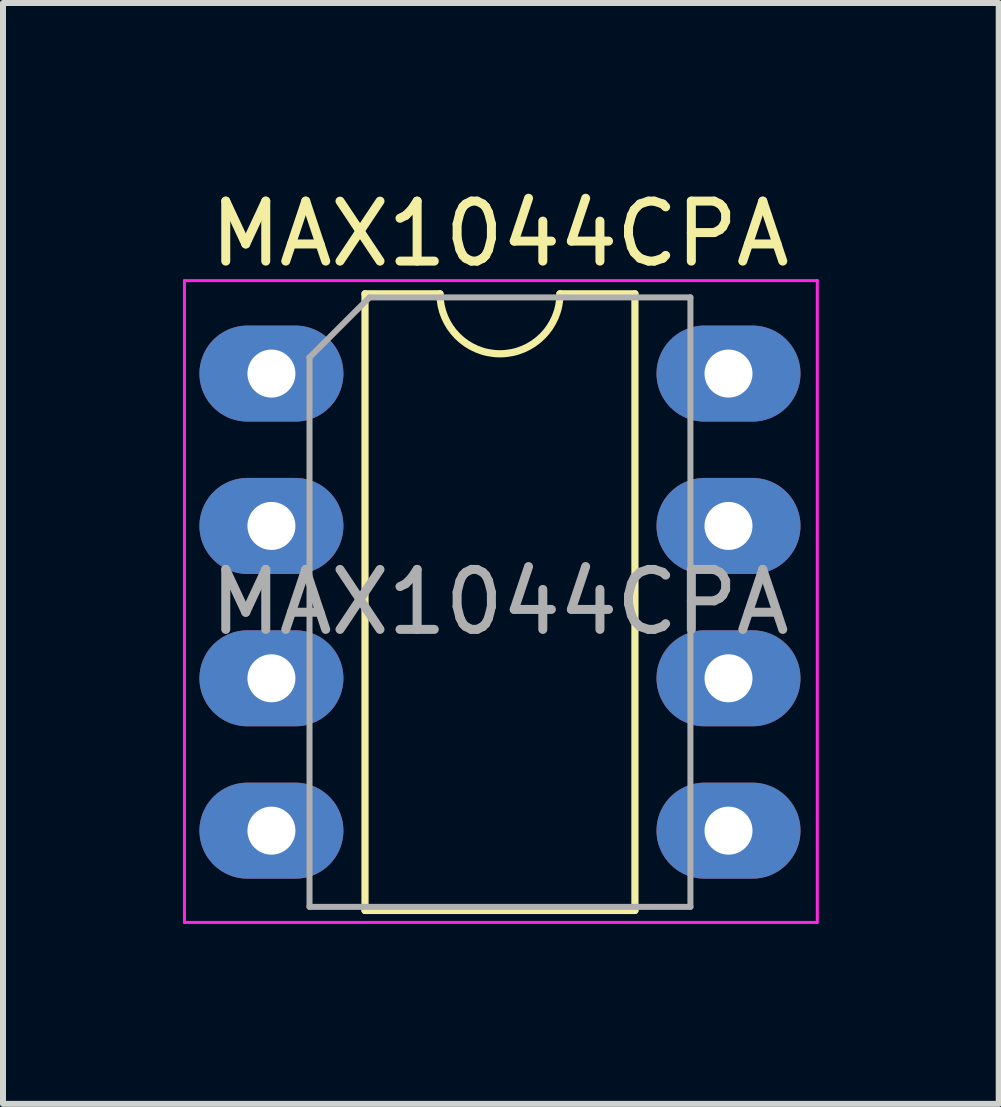
<source format=kicad_pcb>
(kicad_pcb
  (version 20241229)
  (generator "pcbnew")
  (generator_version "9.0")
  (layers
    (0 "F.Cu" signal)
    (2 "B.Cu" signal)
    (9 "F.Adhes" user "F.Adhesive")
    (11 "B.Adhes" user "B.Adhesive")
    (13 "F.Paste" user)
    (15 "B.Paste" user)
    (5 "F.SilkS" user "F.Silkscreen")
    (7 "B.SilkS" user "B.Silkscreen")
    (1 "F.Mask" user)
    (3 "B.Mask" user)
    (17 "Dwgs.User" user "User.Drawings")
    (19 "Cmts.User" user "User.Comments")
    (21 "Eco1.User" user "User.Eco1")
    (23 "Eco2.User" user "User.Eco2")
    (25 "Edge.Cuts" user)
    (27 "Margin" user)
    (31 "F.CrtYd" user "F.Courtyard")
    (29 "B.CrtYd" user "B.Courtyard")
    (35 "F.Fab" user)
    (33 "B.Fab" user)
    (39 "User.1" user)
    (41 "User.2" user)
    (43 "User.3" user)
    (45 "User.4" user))
  (footprint "MAX1044CPA"
    (layer "F.Cu")
    (at 5.285 6.988)
    (property "Reference" "MAX1044CPA" (at 0 -6.14 0) (layer "F.SilkS") (effects (font (size 1 1) (thickness 0.15))))
    (attr through_hole)
    (fp_line (start -2.25 -5.14) (end -2.25 5.14) (stroke (width 0.12) (type solid)) (layer "F.SilkS"))
    (fp_line (start -2.25 5.14) (end 2.25 5.14) (stroke (width 0.12) (type solid)) (layer "F.SilkS"))
    (fp_line (start -1 -5.14) (end -2.25 -5.14) (stroke (width 0.12) (type solid)) (layer "F.SilkS"))
    (fp_line (start 2.25 -5.14) (end 1 -5.14) (stroke (width 0.12) (type solid)) (layer "F.SilkS"))
    (fp_line (start 2.25 5.14) (end 2.25 -5.14) (stroke (width 0.12) (type solid)) (layer "F.SilkS"))
    (fp_arc (start 1 -5.14) (mid 0 -4.14) (end -1 -5.14) (stroke (width 0.12) (type solid)) (layer "F.SilkS"))
    (fp_line (start -5.26 -5.36) (end -5.26 5.34) (stroke (width 0.05) (type solid)) (layer "F.CrtYd"))
    (fp_line (start -5.26 5.34) (end 5.29 5.34) (stroke (width 0.05) (type solid)) (layer "F.CrtYd"))
    (fp_line (start 5.29 -5.36) (end -5.26 -5.36) (stroke (width 0.05) (type solid)) (layer "F.CrtYd"))
    (fp_line (start 5.29 5.34) (end 5.29 -5.36) (stroke (width 0.05) (type solid)) (layer "F.CrtYd"))
    (fp_line (start -3.175 -4.08) (end -2.175 -5.08) (stroke (width 0.1) (type solid)) (layer "F.Fab"))
    (fp_line (start -3.175 5.08) (end -3.175 -4.08) (stroke (width 0.1) (type solid)) (layer "F.Fab"))
    (fp_line (start -2.175 -5.08) (end 3.175 -5.08) (stroke (width 0.1) (type solid)) (layer "F.Fab"))
    (fp_line (start 3.175 -5.08) (end 3.175 5.08) (stroke (width 0.1) (type solid)) (layer "F.Fab"))
    (fp_line (start 3.175 5.08) (end -3.175 5.08) (stroke (width 0.1) (type solid)) (layer "F.Fab"))
    (fp_text user "${REFERENCE}" (at 0 0 0) (layer "F.Fab") (effects (font (size 1 1) (thickness 0.15))))
    (pad "1" thru_hole oval (at -3.81 -3.81) (size 2.4 1.6) (drill 0.8) (layers "*.Cu" "*.Mask"))
    (pad "2" thru_hole oval (at -3.81 -1.27) (size 2.4 1.6) (drill 0.8) (layers "*.Cu" "*.Mask"))
    (pad "3" thru_hole oval (at -3.81 1.27) (size 2.4 1.6) (drill 0.8) (layers "*.Cu" "*.Mask"))
    (pad "4" thru_hole oval (at -3.81 3.81) (size 2.4 1.6) (drill 0.8) (layers "*.Cu" "*.Mask"))
    (pad "5" thru_hole oval (at 3.81 3.81) (size 2.4 1.6) (drill 0.8) (layers "*.Cu" "*.Mask"))
    (pad "6" thru_hole oval (at 3.81 1.27) (size 2.4 1.6) (drill 0.8) (layers "*.Cu" "*.Mask"))
    (pad "7" thru_hole oval (at 3.81 -1.27) (size 2.4 1.6) (drill 0.8) (layers "*.Cu" "*.Mask"))
    (pad "8" thru_hole oval (at 3.81 -3.81) (size 2.4 1.6) (drill 0.8) (layers "*.Cu" "*.Mask")))
  (gr_rect
    (start -3 -3)
    (end 13.6 15.353)
    (stroke (width 0.1) (type default))
    (fill no)
    (layer "Edge.Cuts")))
</source>
